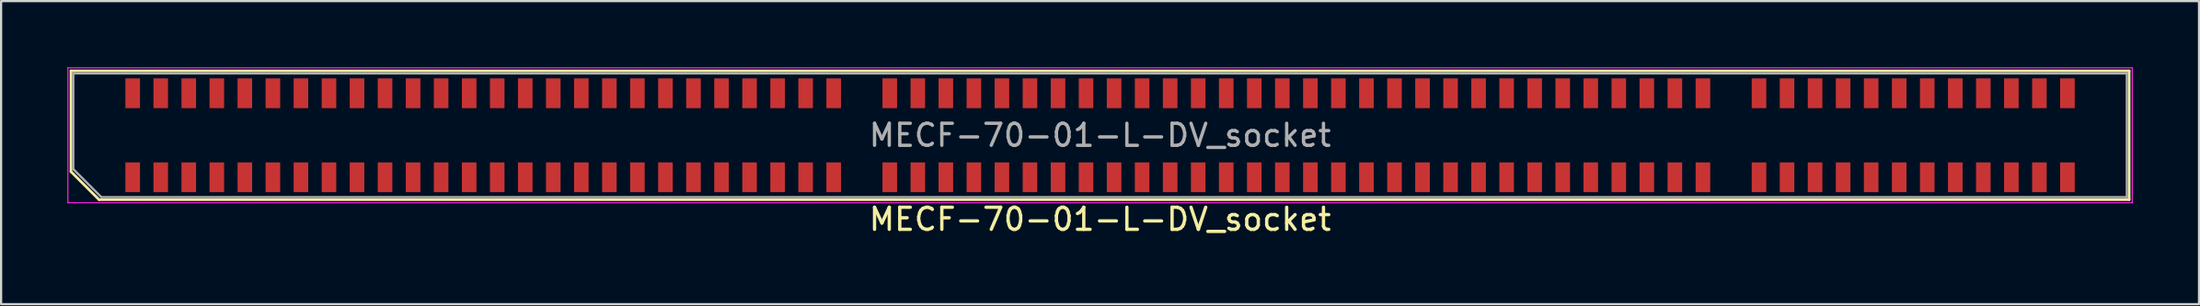
<source format=kicad_pcb>
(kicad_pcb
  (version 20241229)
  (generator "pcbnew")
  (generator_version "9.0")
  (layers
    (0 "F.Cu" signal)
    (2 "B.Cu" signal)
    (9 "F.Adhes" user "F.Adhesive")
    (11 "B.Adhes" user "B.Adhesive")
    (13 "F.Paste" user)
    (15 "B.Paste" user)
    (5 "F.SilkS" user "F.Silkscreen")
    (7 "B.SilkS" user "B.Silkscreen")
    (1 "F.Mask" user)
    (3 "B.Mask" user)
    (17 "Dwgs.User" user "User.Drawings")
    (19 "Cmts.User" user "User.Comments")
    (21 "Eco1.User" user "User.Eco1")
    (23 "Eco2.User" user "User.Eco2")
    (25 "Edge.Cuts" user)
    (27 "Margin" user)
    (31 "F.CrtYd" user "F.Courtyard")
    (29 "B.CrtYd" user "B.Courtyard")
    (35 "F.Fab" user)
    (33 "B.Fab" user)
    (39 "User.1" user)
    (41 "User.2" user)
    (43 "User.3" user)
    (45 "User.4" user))
  (footprint "MECF-70-01-L-DV_socket"
    (layer "F.Cu")
    (at 46.775 3.085)
    (property "Reference" "MECF-70-01-L-DV_socket" (at 0 3.81 0) (layer "F.SilkS") (effects (font (size 1 1) (thickness 0.15))))
    (attr smd)
    (fp_line (start -46.61 -2.92) (end 46.61 -2.92) (stroke (width 0.12) (type solid)) (layer "F.SilkS"))
    (fp_line (start -46.61 1.65) (end -46.61 -2.92) (stroke (width 0.12) (type solid)) (layer "F.SilkS"))
    (fp_line (start -45.34 2.92) (end -46.61 1.65) (stroke (width 0.12) (type solid)) (layer "F.SilkS"))
    (fp_line (start -45.34 2.92) (end 46.61 2.92) (stroke (width 0.12) (type solid)) (layer "F.SilkS"))
    (fp_line (start 46.61 2.92) (end 46.61 -2.92) (stroke (width 0.12) (type solid)) (layer "F.SilkS"))
    (fp_line (start -46.75 -3.06) (end -46.75 3.06) (stroke (width 0.05) (type solid)) (layer "F.CrtYd"))
    (fp_line (start -46.75 3.06) (end 46.75 3.06) (stroke (width 0.05) (type solid)) (layer "F.CrtYd"))
    (fp_line (start 46.75 -3.06) (end -46.75 -3.06) (stroke (width 0.05) (type solid)) (layer "F.CrtYd"))
    (fp_line (start 46.75 3.06) (end 46.75 -3.06) (stroke (width 0.05) (type solid)) (layer "F.CrtYd"))
    (fp_line (start -46.505 -2.805) (end 46.505 -2.805) (stroke (width 0.1) (type solid)) (layer "F.Fab"))
    (fp_line (start -46.505 1.535) (end -46.505 -2.805) (stroke (width 0.1) (type solid)) (layer "F.Fab"))
    (fp_line (start -46.505 1.535) (end -45.235 2.805) (stroke (width 0.1) (type solid)) (layer "F.Fab"))
    (fp_line (start -45.235 2.805) (end 46.505 2.805) (stroke (width 0.1) (type solid)) (layer "F.Fab"))
    (fp_line (start 46.505 2.805) (end 46.505 -2.805) (stroke (width 0.1) (type solid)) (layer "F.Fab"))
    (fp_text user "${REFERENCE}" (at 0 0 0) (layer "F.Fab") (effects (font (size 1 1) (thickness 0.15))))
    (pad "" np_thru_hole circle (at -45.595 0) (size 0.001 0.001) (drill 1.45) (layers "*.Cu" "*.Mask"))
    (pad "" np_thru_hole circle (at 45.595 1) (size 0.001 0.001) (drill 1.45) (layers "*.Cu" "*.Mask"))
    (pad "1" smd rect (at -43.815 1.905) (size 0.66 1.35) (layers "F.Cu" "F.Mask" "F.Paste"))
    (pad "2" smd rect (at -43.815 -1.905) (size 0.66 1.35) (layers "F.Cu" "F.Mask" "F.Paste"))
    (pad "3" smd rect (at -42.545 1.905) (size 0.66 1.35) (layers "F.Cu" "F.Mask" "F.Paste"))
    (pad "4" smd rect (at -42.545 -1.905) (size 0.66 1.35) (layers "F.Cu" "F.Mask" "F.Paste"))
    (pad "5" smd rect (at -41.275 1.905) (size 0.66 1.35) (layers "F.Cu" "F.Mask" "F.Paste"))
    (pad "6" smd rect (at -41.275 -1.905) (size 0.66 1.35) (layers "F.Cu" "F.Mask" "F.Paste"))
    (pad "7" smd rect (at -40.005 1.905) (size 0.66 1.35) (layers "F.Cu" "F.Mask" "F.Paste"))
    (pad "8" smd rect (at -40.005 -1.905) (size 0.66 1.35) (layers "F.Cu" "F.Mask" "F.Paste"))
    (pad "9" smd rect (at -38.735 1.905) (size 0.66 1.35) (layers "F.Cu" "F.Mask" "F.Paste"))
    (pad "10" smd rect (at -38.735 -1.905) (size 0.66 1.35) (layers "F.Cu" "F.Mask" "F.Paste"))
    (pad "11" smd rect (at -37.465 1.905) (size 0.66 1.35) (layers "F.Cu" "F.Mask" "F.Paste"))
    (pad "12" smd rect (at -37.465 -1.905) (size 0.66 1.35) (layers "F.Cu" "F.Mask" "F.Paste"))
    (pad "13" smd rect (at -36.195 1.905) (size 0.66 1.35) (layers "F.Cu" "F.Mask" "F.Paste"))
    (pad "14" smd rect (at -36.195 -1.905) (size 0.66 1.35) (layers "F.Cu" "F.Mask" "F.Paste"))
    (pad "15" smd rect (at -34.925 1.905) (size 0.66 1.35) (layers "F.Cu" "F.Mask" "F.Paste"))
    (pad "16" smd rect (at -34.925 -1.905) (size 0.66 1.35) (layers "F.Cu" "F.Mask" "F.Paste"))
    (pad "17" smd rect (at -33.655 1.905) (size 0.66 1.35) (layers "F.Cu" "F.Mask" "F.Paste"))
    (pad "18" smd rect (at -33.655 -1.905) (size 0.66 1.35) (layers "F.Cu" "F.Mask" "F.Paste"))
    (pad "19" smd rect (at -32.385 1.905) (size 0.66 1.35) (layers "F.Cu" "F.Mask" "F.Paste"))
    (pad "20" smd rect (at -32.385 -1.905) (size 0.66 1.35) (layers "F.Cu" "F.Mask" "F.Paste"))
    (pad "21" smd rect (at -31.115 1.905) (size 0.66 1.35) (layers "F.Cu" "F.Mask" "F.Paste"))
    (pad "22" smd rect (at -31.115 -1.905) (size 0.66 1.35) (layers "F.Cu" "F.Mask" "F.Paste"))
    (pad "23" smd rect (at -29.845 1.905) (size 0.66 1.35) (layers "F.Cu" "F.Mask" "F.Paste"))
    (pad "24" smd rect (at -29.845 -1.905) (size 0.66 1.35) (layers "F.Cu" "F.Mask" "F.Paste"))
    (pad "25" smd rect (at -28.575 1.905) (size 0.66 1.35) (layers "F.Cu" "F.Mask" "F.Paste"))
    (pad "26" smd rect (at -28.575 -1.905) (size 0.66 1.35) (layers "F.Cu" "F.Mask" "F.Paste"))
    (pad "27" smd rect (at -27.305 1.905) (size 0.66 1.35) (layers "F.Cu" "F.Mask" "F.Paste"))
    (pad "28" smd rect (at -27.305 -1.905) (size 0.66 1.35) (layers "F.Cu" "F.Mask" "F.Paste"))
    (pad "29" smd rect (at -26.035 1.905) (size 0.66 1.35) (layers "F.Cu" "F.Mask" "F.Paste"))
    (pad "30" smd rect (at -26.035 -1.905) (size 0.66 1.35) (layers "F.Cu" "F.Mask" "F.Paste"))
    (pad "31" smd rect (at -24.765 1.905) (size 0.66 1.35) (layers "F.Cu" "F.Mask" "F.Paste"))
    (pad "32" smd rect (at -24.765 -1.905) (size 0.66 1.35) (layers "F.Cu" "F.Mask" "F.Paste"))
    (pad "33" smd rect (at -23.495 1.905) (size 0.66 1.35) (layers "F.Cu" "F.Mask" "F.Paste"))
    (pad "34" smd rect (at -23.495 -1.905) (size 0.66 1.35) (layers "F.Cu" "F.Mask" "F.Paste"))
    (pad "35" smd rect (at -22.225 1.905) (size 0.66 1.35) (layers "F.Cu" "F.Mask" "F.Paste"))
    (pad "36" smd rect (at -22.225 -1.905) (size 0.66 1.35) (layers "F.Cu" "F.Mask" "F.Paste"))
    (pad "37" smd rect (at -20.955 1.905) (size 0.66 1.35) (layers "F.Cu" "F.Mask" "F.Paste"))
    (pad "38" smd rect (at -20.955 -1.905) (size 0.66 1.35) (layers "F.Cu" "F.Mask" "F.Paste"))
    (pad "39" smd rect (at -19.685 1.905) (size 0.66 1.35) (layers "F.Cu" "F.Mask" "F.Paste"))
    (pad "40" smd rect (at -19.685 -1.905) (size 0.66 1.35) (layers "F.Cu" "F.Mask" "F.Paste"))
    (pad "41" smd rect (at -18.415 1.905) (size 0.66 1.35) (layers "F.Cu" "F.Mask" "F.Paste"))
    (pad "42" smd rect (at -18.415 -1.905) (size 0.66 1.35) (layers "F.Cu" "F.Mask" "F.Paste"))
    (pad "43" smd rect (at -17.145 1.905) (size 0.66 1.35) (layers "F.Cu" "F.Mask" "F.Paste"))
    (pad "44" smd rect (at -17.145 -1.905) (size 0.66 1.35) (layers "F.Cu" "F.Mask" "F.Paste"))
    (pad "45" smd rect (at -15.875 1.905) (size 0.66 1.35) (layers "F.Cu" "F.Mask" "F.Paste"))
    (pad "46" smd rect (at -15.875 -1.905) (size 0.66 1.35) (layers "F.Cu" "F.Mask" "F.Paste"))
    (pad "47" smd rect (at -14.605 1.905) (size 0.66 1.35) (layers "F.Cu" "F.Mask" "F.Paste"))
    (pad "48" smd rect (at -14.605 -1.905) (size 0.66 1.35) (layers "F.Cu" "F.Mask" "F.Paste"))
    (pad "49" smd rect (at -13.335 1.905) (size 0.66 1.35) (layers "F.Cu" "F.Mask" "F.Paste"))
    (pad "50" smd rect (at -13.335 -1.905) (size 0.66 1.35) (layers "F.Cu" "F.Mask" "F.Paste"))
    (pad "51" smd rect (at -12.065 1.905) (size 0.66 1.35) (layers "F.Cu" "F.Mask" "F.Paste"))
    (pad "52" smd rect (at -12.065 -1.905) (size 0.66 1.35) (layers "F.Cu" "F.Mask" "F.Paste"))
    (pad "55" smd rect (at -9.525 1.905) (size 0.66 1.35) (layers "F.Cu" "F.Mask" "F.Paste"))
    (pad "56" smd rect (at -9.525 -1.905) (size 0.66 1.35) (layers "F.Cu" "F.Mask" "F.Paste"))
    (pad "57" smd rect (at -8.255 1.905) (size 0.66 1.35) (layers "F.Cu" "F.Mask" "F.Paste"))
    (pad "58" smd rect (at -8.255 -1.905) (size 0.66 1.35) (layers "F.Cu" "F.Mask" "F.Paste"))
    (pad "59" smd rect (at -6.985 1.905) (size 0.66 1.35) (layers "F.Cu" "F.Mask" "F.Paste"))
    (pad "60" smd rect (at -6.985 -1.905) (size 0.66 1.35) (layers "F.Cu" "F.Mask" "F.Paste"))
    (pad "61" smd rect (at -5.715 1.905) (size 0.66 1.35) (layers "F.Cu" "F.Mask" "F.Paste"))
    (pad "62" smd rect (at -5.715 -1.905) (size 0.66 1.35) (layers "F.Cu" "F.Mask" "F.Paste"))
    (pad "63" smd rect (at -4.445 1.905) (size 0.66 1.35) (layers "F.Cu" "F.Mask" "F.Paste"))
    (pad "64" smd rect (at -4.445 -1.905) (size 0.66 1.35) (layers "F.Cu" "F.Mask" "F.Paste"))
    (pad "65" smd rect (at -3.175 1.905) (size 0.66 1.35) (layers "F.Cu" "F.Mask" "F.Paste"))
    (pad "66" smd rect (at -3.175 -1.905) (size 0.66 1.35) (layers "F.Cu" "F.Mask" "F.Paste"))
    (pad "67" smd rect (at -1.905 1.905) (size 0.66 1.35) (layers "F.Cu" "F.Mask" "F.Paste"))
    (pad "68" smd rect (at -1.905 -1.905) (size 0.66 1.35) (layers "F.Cu" "F.Mask" "F.Paste"))
    (pad "69" smd rect (at -0.635 1.905) (size 0.66 1.35) (layers "F.Cu" "F.Mask" "F.Paste"))
    (pad "70" smd rect (at -0.635 -1.905) (size 0.66 1.35) (layers "F.Cu" "F.Mask" "F.Paste"))
    (pad "71" smd rect (at 0.635 1.905) (size 0.66 1.35) (layers "F.Cu" "F.Mask" "F.Paste"))
    (pad "72" smd rect (at 0.635 -1.905) (size 0.66 1.35) (layers "F.Cu" "F.Mask" "F.Paste"))
    (pad "73" smd rect (at 1.905 1.905) (size 0.66 1.35) (layers "F.Cu" "F.Mask" "F.Paste"))
    (pad "74" smd rect (at 1.905 -1.905) (size 0.66 1.35) (layers "F.Cu" "F.Mask" "F.Paste"))
    (pad "75" smd rect (at 3.175 1.905) (size 0.66 1.35) (layers "F.Cu" "F.Mask" "F.Paste"))
    (pad "76" smd rect (at 3.175 -1.905) (size 0.66 1.35) (layers "F.Cu" "F.Mask" "F.Paste"))
    (pad "77" smd rect (at 4.445 1.905) (size 0.66 1.35) (layers "F.Cu" "F.Mask" "F.Paste"))
    (pad "78" smd rect (at 4.445 -1.905) (size 0.66 1.35) (layers "F.Cu" "F.Mask" "F.Paste"))
    (pad "79" smd rect (at 5.715 1.905) (size 0.66 1.35) (layers "F.Cu" "F.Mask" "F.Paste"))
    (pad "80" smd rect (at 5.715 -1.905) (size 0.66 1.35) (layers "F.Cu" "F.Mask" "F.Paste"))
    (pad "81" smd rect (at 6.985 1.905) (size 0.66 1.35) (layers "F.Cu" "F.Mask" "F.Paste"))
    (pad "82" smd rect (at 6.985 -1.905) (size 0.66 1.35) (layers "F.Cu" "F.Mask" "F.Paste"))
    (pad "83" smd rect (at 8.255 1.905) (size 0.66 1.35) (layers "F.Cu" "F.Mask" "F.Paste"))
    (pad "84" smd rect (at 8.255 -1.905) (size 0.66 1.35) (layers "F.Cu" "F.Mask" "F.Paste"))
    (pad "85" smd rect (at 9.525 1.905) (size 0.66 1.35) (layers "F.Cu" "F.Mask" "F.Paste"))
    (pad "86" smd rect (at 9.525 -1.905) (size 0.66 1.35) (layers "F.Cu" "F.Mask" "F.Paste"))
    (pad "87" smd rect (at 10.795 1.905) (size 0.66 1.35) (layers "F.Cu" "F.Mask" "F.Paste"))
    (pad "88" smd rect (at 10.795 -1.905) (size 0.66 1.35) (layers "F.Cu" "F.Mask" "F.Paste"))
    (pad "89" smd rect (at 12.065 1.905) (size 0.66 1.35) (layers "F.Cu" "F.Mask" "F.Paste"))
    (pad "90" smd rect (at 12.065 -1.905) (size 0.66 1.35) (layers "F.Cu" "F.Mask" "F.Paste"))
    (pad "91" smd rect (at 13.335 1.905) (size 0.66 1.35) (layers "F.Cu" "F.Mask" "F.Paste"))
    (pad "92" smd rect (at 13.335 -1.905) (size 0.66 1.35) (layers "F.Cu" "F.Mask" "F.Paste"))
    (pad "93" smd rect (at 14.605 1.905) (size 0.66 1.35) (layers "F.Cu" "F.Mask" "F.Paste"))
    (pad "94" smd rect (at 14.605 -1.905) (size 0.66 1.35) (layers "F.Cu" "F.Mask" "F.Paste"))
    (pad "95" smd rect (at 15.875 1.905) (size 0.66 1.35) (layers "F.Cu" "F.Mask" "F.Paste"))
    (pad "96" smd rect (at 15.875 -1.905) (size 0.66 1.35) (layers "F.Cu" "F.Mask" "F.Paste"))
    (pad "97" smd rect (at 17.145 1.905) (size 0.66 1.35) (layers "F.Cu" "F.Mask" "F.Paste"))
    (pad "98" smd rect (at 17.145 -1.905) (size 0.66 1.35) (layers "F.Cu" "F.Mask" "F.Paste"))
    (pad "99" smd rect (at 18.415 1.905) (size 0.66 1.35) (layers "F.Cu" "F.Mask" "F.Paste"))
    (pad "100" smd rect (at 18.415 -1.905) (size 0.66 1.35) (layers "F.Cu" "F.Mask" "F.Paste"))
    (pad "101" smd rect (at 19.685 1.905) (size 0.66 1.35) (layers "F.Cu" "F.Mask" "F.Paste"))
    (pad "102" smd rect (at 19.685 -1.905) (size 0.66 1.35) (layers "F.Cu" "F.Mask" "F.Paste"))
    (pad "103" smd rect (at 20.955 1.905) (size 0.66 1.35) (layers "F.Cu" "F.Mask" "F.Paste"))
    (pad "104" smd rect (at 20.955 -1.905) (size 0.66 1.35) (layers "F.Cu" "F.Mask" "F.Paste"))
    (pad "105" smd rect (at 22.225 1.905) (size 0.66 1.35) (layers "F.Cu" "F.Mask" "F.Paste"))
    (pad "106" smd rect (at 22.225 -1.905) (size 0.66 1.35) (layers "F.Cu" "F.Mask" "F.Paste"))
    (pad "107" smd rect (at 23.495 1.905) (size 0.66 1.35) (layers "F.Cu" "F.Mask" "F.Paste"))
    (pad "108" smd rect (at 23.495 -1.905) (size 0.66 1.35) (layers "F.Cu" "F.Mask" "F.Paste"))
    (pad "109" smd rect (at 24.765 1.905) (size 0.66 1.35) (layers "F.Cu" "F.Mask" "F.Paste"))
    (pad "110" smd rect (at 24.765 -1.905) (size 0.66 1.35) (layers "F.Cu" "F.Mask" "F.Paste"))
    (pad "111" smd rect (at 26.035 1.905) (size 0.66 1.35) (layers "F.Cu" "F.Mask" "F.Paste"))
    (pad "112" smd rect (at 26.035 -1.905) (size 0.66 1.35) (layers "F.Cu" "F.Mask" "F.Paste"))
    (pad "113" smd rect (at 27.305 1.905) (size 0.66 1.35) (layers "F.Cu" "F.Mask" "F.Paste"))
    (pad "114" smd rect (at 27.305 -1.905) (size 0.66 1.35) (layers "F.Cu" "F.Mask" "F.Paste"))
    (pad "117" smd rect (at 29.845 1.905) (size 0.66 1.35) (layers "F.Cu" "F.Mask" "F.Paste"))
    (pad "118" smd rect (at 29.845 -1.905) (size 0.66 1.35) (layers "F.Cu" "F.Mask" "F.Paste"))
    (pad "119" smd rect (at 31.115 1.905) (size 0.66 1.35) (layers "F.Cu" "F.Mask" "F.Paste"))
    (pad "120" smd rect (at 31.115 -1.905) (size 0.66 1.35) (layers "F.Cu" "F.Mask" "F.Paste"))
    (pad "121" smd rect (at 32.385 1.905) (size 0.66 1.35) (layers "F.Cu" "F.Mask" "F.Paste"))
    (pad "122" smd rect (at 32.385 -1.905) (size 0.66 1.35) (layers "F.Cu" "F.Mask" "F.Paste"))
    (pad "123" smd rect (at 33.655 1.905) (size 0.66 1.35) (layers "F.Cu" "F.Mask" "F.Paste"))
    (pad "124" smd rect (at 33.655 -1.905) (size 0.66 1.35) (layers "F.Cu" "F.Mask" "F.Paste"))
    (pad "125" smd rect (at 34.925 1.905) (size 0.66 1.35) (layers "F.Cu" "F.Mask" "F.Paste"))
    (pad "126" smd rect (at 34.925 -1.905) (size 0.66 1.35) (layers "F.Cu" "F.Mask" "F.Paste"))
    (pad "127" smd rect (at 36.195 1.905) (size 0.66 1.35) (layers "F.Cu" "F.Mask" "F.Paste"))
    (pad "128" smd rect (at 36.195 -1.905) (size 0.66 1.35) (layers "F.Cu" "F.Mask" "F.Paste"))
    (pad "129" smd rect (at 37.465 1.905) (size 0.66 1.35) (layers "F.Cu" "F.Mask" "F.Paste"))
    (pad "130" smd rect (at 37.465 -1.905) (size 0.66 1.35) (layers "F.Cu" "F.Mask" "F.Paste"))
    (pad "131" smd rect (at 38.735 1.905) (size 0.66 1.35) (layers "F.Cu" "F.Mask" "F.Paste"))
    (pad "132" smd rect (at 38.735 -1.905) (size 0.66 1.35) (layers "F.Cu" "F.Mask" "F.Paste"))
    (pad "133" smd rect (at 40.005 1.905) (size 0.66 1.35) (layers "F.Cu" "F.Mask" "F.Paste"))
    (pad "134" smd rect (at 40.005 -1.905) (size 0.66 1.35) (layers "F.Cu" "F.Mask" "F.Paste"))
    (pad "135" smd rect (at 41.275 1.905) (size 0.66 1.35) (layers "F.Cu" "F.Mask" "F.Paste"))
    (pad "136" smd rect (at 41.275 -1.905) (size 0.66 1.35) (layers "F.Cu" "F.Mask" "F.Paste"))
    (pad "137" smd rect (at 42.545 1.905) (size 0.66 1.35) (layers "F.Cu" "F.Mask" "F.Paste"))
    (pad "138" smd rect (at 42.545 -1.905) (size 0.66 1.35) (layers "F.Cu" "F.Mask" "F.Paste"))
    (pad "139" smd rect (at 43.815 1.905) (size 0.66 1.35) (layers "F.Cu" "F.Mask" "F.Paste"))
    (pad "140" smd rect (at 43.815 -1.905) (size 0.66 1.35) (layers "F.Cu" "F.Mask" "F.Paste")))
  (gr_rect
    (start -3 -3)
    (end 96.55 10.743)
    (stroke (width 0.1) (type default))
    (fill no)
    (layer "Edge.Cuts")))
</source>
